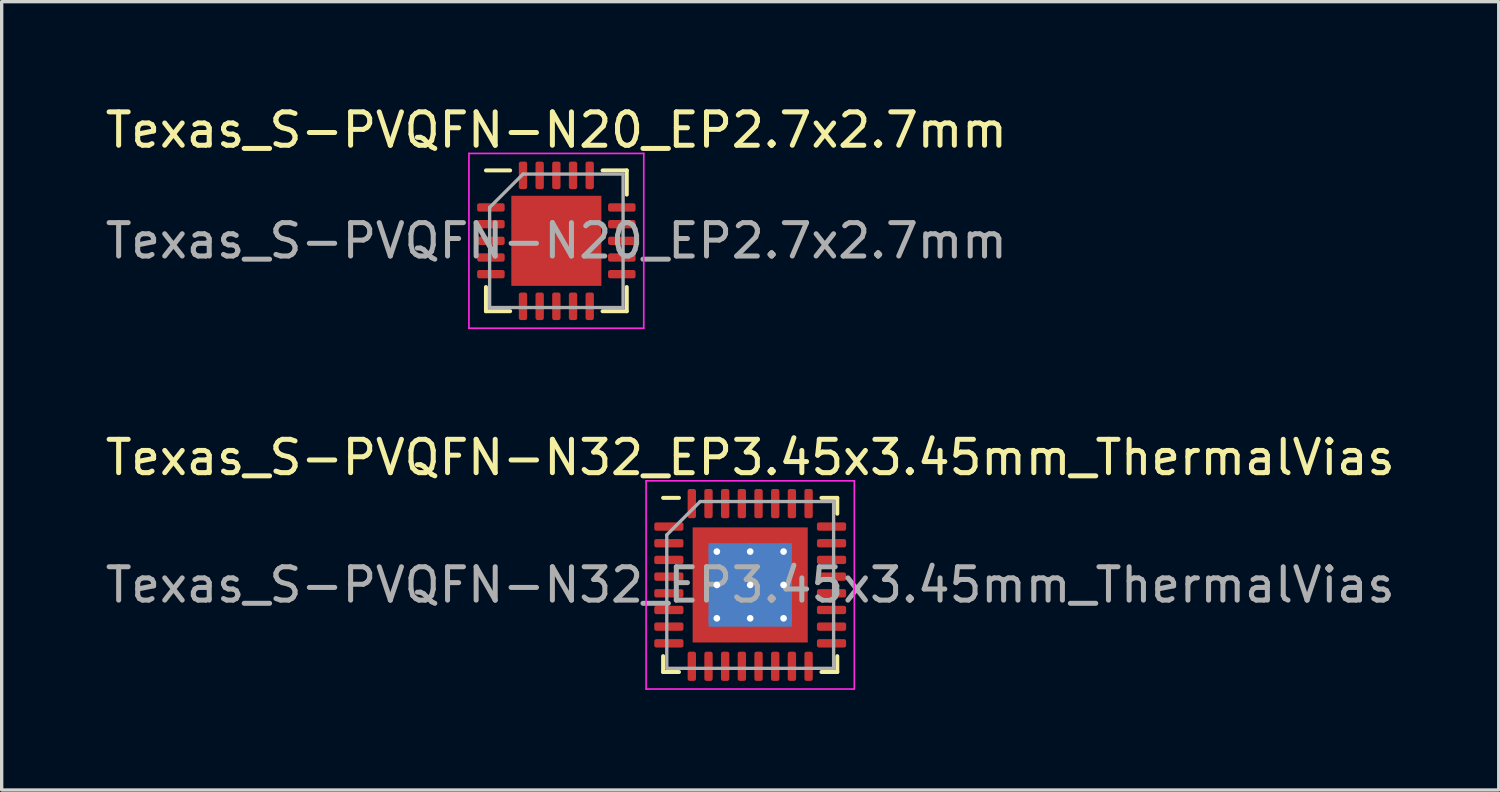
<source format=kicad_pcb>
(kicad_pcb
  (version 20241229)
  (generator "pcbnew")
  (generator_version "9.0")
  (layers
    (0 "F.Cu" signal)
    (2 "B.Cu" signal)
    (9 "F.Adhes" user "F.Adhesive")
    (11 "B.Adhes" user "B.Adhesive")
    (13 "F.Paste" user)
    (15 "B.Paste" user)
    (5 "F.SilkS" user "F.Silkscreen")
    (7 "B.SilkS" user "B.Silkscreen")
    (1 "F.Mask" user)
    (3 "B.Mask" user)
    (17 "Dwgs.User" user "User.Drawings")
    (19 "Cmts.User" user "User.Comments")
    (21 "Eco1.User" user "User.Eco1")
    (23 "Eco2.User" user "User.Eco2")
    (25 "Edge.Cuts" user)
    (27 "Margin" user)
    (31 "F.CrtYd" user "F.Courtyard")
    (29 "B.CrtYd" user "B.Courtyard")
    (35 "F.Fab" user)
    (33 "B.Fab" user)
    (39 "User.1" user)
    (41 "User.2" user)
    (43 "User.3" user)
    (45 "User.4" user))
  (footprint "Texas_S-PVQFN-N32_EP3.45x3.45mm_ThermalVias"
    (layer "F.Cu")
    (at 19.435 14.482)
    (property "Reference" "Texas_S-PVQFN-N32_EP3.45x3.45mm_ThermalVias" (at 0 -3.82 0) (layer "F.SilkS") (effects (font (size 1 1) (thickness 0.15))))
    (attr smd)
    (fp_line (start -2.61 2.61) (end -2.61 2.135) (stroke (width 0.12) (type solid)) (layer "F.SilkS"))
    (fp_line (start -2.135 -2.61) (end -2.61 -2.61) (stroke (width 0.12) (type solid)) (layer "F.SilkS"))
    (fp_line (start -2.135 2.61) (end -2.61 2.61) (stroke (width 0.12) (type solid)) (layer "F.SilkS"))
    (fp_line (start 2.135 -2.61) (end 2.61 -2.61) (stroke (width 0.12) (type solid)) (layer "F.SilkS"))
    (fp_line (start 2.135 2.61) (end 2.61 2.61) (stroke (width 0.12) (type solid)) (layer "F.SilkS"))
    (fp_line (start 2.61 -2.61) (end 2.61 -2.135) (stroke (width 0.12) (type solid)) (layer "F.SilkS"))
    (fp_line (start 2.61 2.61) (end 2.61 2.135) (stroke (width 0.12) (type solid)) (layer "F.SilkS"))
    (fp_line (start -3.12 -3.12) (end -3.12 3.12) (stroke (width 0.05) (type solid)) (layer "F.CrtYd"))
    (fp_line (start -3.12 3.12) (end 3.12 3.12) (stroke (width 0.05) (type solid)) (layer "F.CrtYd"))
    (fp_line (start 3.12 -3.12) (end -3.12 -3.12) (stroke (width 0.05) (type solid)) (layer "F.CrtYd"))
    (fp_line (start 3.12 3.12) (end 3.12 -3.12) (stroke (width 0.05) (type solid)) (layer "F.CrtYd"))
    (fp_line (start -2.5 -1.5) (end -1.5 -2.5) (stroke (width 0.1) (type solid)) (layer "F.Fab"))
    (fp_line (start -2.5 2.5) (end -2.5 -1.5) (stroke (width 0.1) (type solid)) (layer "F.Fab"))
    (fp_line (start -1.5 -2.5) (end 2.5 -2.5) (stroke (width 0.1) (type solid)) (layer "F.Fab"))
    (fp_line (start 2.5 -2.5) (end 2.5 2.5) (stroke (width 0.1) (type solid)) (layer "F.Fab"))
    (fp_line (start 2.5 2.5) (end -2.5 2.5) (stroke (width 0.1) (type solid)) (layer "F.Fab"))
    (fp_text user "${REFERENCE}" (at 0 0 0) (layer "F.Fab") (effects (font (size 1 1) (thickness 0.15))))
    (pad "" smd custom (at -1.363 -1.363) (size 0.484 0.484) (layers "F.Paste") (options (anchor circle)) (primitives (gr_poly (pts (xy 0.192 0.108) (xy 0.108 0.192) (xy -0.192 0.192) (xy -0.192 -0.192) (xy 0.192 -0.192)) (width 0.201) (fill yes))))
    (pad "" smd custom (at -1.363 -0.5) (size 0.503 0.503) (layers "F.Paste") (options (anchor circle)) (primitives (gr_poly (pts (xy 0.21 -0.254) (xy 0.21 0.254) (xy 0.143 0.321) (xy -0.21 0.321) (xy -0.21 -0.321) (xy 0.143 -0.321)) (width 0.164) (fill yes))))
    (pad "" smd custom (at -1.363 0.5) (size 0.503 0.503) (layers "F.Paste") (options (anchor circle)) (primitives (gr_poly (pts (xy 0.21 -0.254) (xy 0.21 0.254) (xy 0.143 0.321) (xy -0.21 0.321) (xy -0.21 -0.321) (xy 0.143 -0.321)) (width 0.164) (fill yes))))
    (pad "" smd custom (at -1.363 1.363) (size 0.484 0.484) (layers "F.Paste") (options (anchor circle)) (primitives (gr_poly (pts (xy 0.192 -0.108) (xy 0.192 0.192) (xy -0.192 0.192) (xy -0.192 -0.192) (xy 0.108 -0.192)) (width 0.201) (fill yes))))
    (pad "" smd custom (at -0.5 -1.363) (size 0.503 0.503) (layers "F.Paste") (options (anchor circle)) (primitives (gr_poly (pts (xy 0.321 0.143) (xy 0.254 0.21) (xy -0.254 0.21) (xy -0.321 0.143) (xy -0.321 -0.21) (xy 0.321 -0.21)) (width 0.164) (fill yes))))
    (pad "" smd roundrect (at -0.5 -0.5) (size 0.806 0.806) (layers "F.Paste") (roundrect_rratio 0.25))
    (pad "" smd roundrect (at -0.5 0.5) (size 0.806 0.806) (layers "F.Paste") (roundrect_rratio 0.25))
    (pad "" smd custom (at -0.5 1.363) (size 0.503 0.503) (layers "F.Paste") (options (anchor circle)) (primitives (gr_poly (pts (xy 0.321 -0.143) (xy 0.321 0.21) (xy -0.321 0.21) (xy -0.321 -0.143) (xy -0.254 -0.21) (xy 0.254 -0.21)) (width 0.164) (fill yes))))
    (pad "" smd custom (at 0.5 -1.363) (size 0.503 0.503) (layers "F.Paste") (options (anchor circle)) (primitives (gr_poly (pts (xy 0.321 0.143) (xy 0.254 0.21) (xy -0.254 0.21) (xy -0.321 0.143) (xy -0.321 -0.21) (xy 0.321 -0.21)) (width 0.164) (fill yes))))
    (pad "" smd roundrect (at 0.5 -0.5) (size 0.806 0.806) (layers "F.Paste") (roundrect_rratio 0.25))
    (pad "" smd roundrect (at 0.5 0.5) (size 0.806 0.806) (layers "F.Paste") (roundrect_rratio 0.25))
    (pad "" smd custom (at 0.5 1.363) (size 0.503 0.503) (layers "F.Paste") (options (anchor circle)) (primitives (gr_poly (pts (xy 0.321 -0.143) (xy 0.321 0.21) (xy -0.321 0.21) (xy -0.321 -0.143) (xy -0.254 -0.21) (xy 0.254 -0.21)) (width 0.164) (fill yes))))
    (pad "" smd custom (at 1.363 -1.363) (size 0.484 0.484) (layers "F.Paste") (options (anchor circle)) (primitives (gr_poly (pts (xy 0.192 0.192) (xy -0.108 0.192) (xy -0.192 0.108) (xy -0.192 -0.192) (xy 0.192 -0.192)) (width 0.201) (fill yes))))
    (pad "" smd custom (at 1.363 -0.5) (size 0.503 0.503) (layers "F.Paste") (options (anchor circle)) (primitives (gr_poly (pts (xy 0.21 0.321) (xy -0.143 0.321) (xy -0.21 0.254) (xy -0.21 -0.254) (xy -0.143 -0.321) (xy 0.21 -0.321)) (width 0.164) (fill yes))))
    (pad "" smd custom (at 1.363 0.5) (size 0.503 0.503) (layers "F.Paste") (options (anchor circle)) (primitives (gr_poly (pts (xy 0.21 0.321) (xy -0.143 0.321) (xy -0.21 0.254) (xy -0.21 -0.254) (xy -0.143 -0.321) (xy 0.21 -0.321)) (width 0.164) (fill yes))))
    (pad "" smd custom (at 1.363 1.363) (size 0.484 0.484) (layers "F.Paste") (options (anchor circle)) (primitives (gr_poly (pts (xy 0.192 0.192) (xy -0.192 0.192) (xy -0.192 -0.108) (xy -0.108 -0.192) (xy 0.192 -0.192)) (width 0.201) (fill yes))))
    (pad "1" smd roundrect (at -2.438 -1.75) (size 0.875 0.25) (layers "F.Cu" "F.Mask" "F.Paste") (roundrect_rratio 0.25))
    (pad "2" smd roundrect (at -2.438 -1.25) (size 0.875 0.25) (layers "F.Cu" "F.Mask" "F.Paste") (roundrect_rratio 0.25))
    (pad "3" smd roundrect (at -2.438 -0.75) (size 0.875 0.25) (layers "F.Cu" "F.Mask" "F.Paste") (roundrect_rratio 0.25))
    (pad "4" smd roundrect (at -2.438 -0.25) (size 0.875 0.25) (layers "F.Cu" "F.Mask" "F.Paste") (roundrect_rratio 0.25))
    (pad "5" smd roundrect (at -2.438 0.25) (size 0.875 0.25) (layers "F.Cu" "F.Mask" "F.Paste") (roundrect_rratio 0.25))
    (pad "6" smd roundrect (at -2.438 0.75) (size 0.875 0.25) (layers "F.Cu" "F.Mask" "F.Paste") (roundrect_rratio 0.25))
    (pad "7" smd roundrect (at -2.438 1.25) (size 0.875 0.25) (layers "F.Cu" "F.Mask" "F.Paste") (roundrect_rratio 0.25))
    (pad "8" smd roundrect (at -2.438 1.75) (size 0.875 0.25) (layers "F.Cu" "F.Mask" "F.Paste") (roundrect_rratio 0.25))
    (pad "9" smd roundrect (at -1.75 2.438) (size 0.25 0.875) (layers "F.Cu" "F.Mask" "F.Paste") (roundrect_rratio 0.25))
    (pad "10" smd roundrect (at -1.25 2.438) (size 0.25 0.875) (layers "F.Cu" "F.Mask" "F.Paste") (roundrect_rratio 0.25))
    (pad "11" smd roundrect (at -0.75 2.438) (size 0.25 0.875) (layers "F.Cu" "F.Mask" "F.Paste") (roundrect_rratio 0.25))
    (pad "12" smd roundrect (at -0.25 2.438) (size 0.25 0.875) (layers "F.Cu" "F.Mask" "F.Paste") (roundrect_rratio 0.25))
    (pad "13" smd roundrect (at 0.25 2.438) (size 0.25 0.875) (layers "F.Cu" "F.Mask" "F.Paste") (roundrect_rratio 0.25))
    (pad "14" smd roundrect (at 0.75 2.438) (size 0.25 0.875) (layers "F.Cu" "F.Mask" "F.Paste") (roundrect_rratio 0.25))
    (pad "15" smd roundrect (at 1.25 2.438) (size 0.25 0.875) (layers "F.Cu" "F.Mask" "F.Paste") (roundrect_rratio 0.25))
    (pad "16" smd roundrect (at 1.75 2.438) (size 0.25 0.875) (layers "F.Cu" "F.Mask" "F.Paste") (roundrect_rratio 0.25))
    (pad "17" smd roundrect (at 2.438 1.75) (size 0.875 0.25) (layers "F.Cu" "F.Mask" "F.Paste") (roundrect_rratio 0.25))
    (pad "18" smd roundrect (at 2.438 1.25) (size 0.875 0.25) (layers "F.Cu" "F.Mask" "F.Paste") (roundrect_rratio 0.25))
    (pad "19" smd roundrect (at 2.438 0.75) (size 0.875 0.25) (layers "F.Cu" "F.Mask" "F.Paste") (roundrect_rratio 0.25))
    (pad "20" smd roundrect (at 2.438 0.25) (size 0.875 0.25) (layers "F.Cu" "F.Mask" "F.Paste") (roundrect_rratio 0.25))
    (pad "21" smd roundrect (at 2.438 -0.25) (size 0.875 0.25) (layers "F.Cu" "F.Mask" "F.Paste") (roundrect_rratio 0.25))
    (pad "22" smd roundrect (at 2.438 -0.75) (size 0.875 0.25) (layers "F.Cu" "F.Mask" "F.Paste") (roundrect_rratio 0.25))
    (pad "23" smd roundrect (at 2.438 -1.25) (size 0.875 0.25) (layers "F.Cu" "F.Mask" "F.Paste") (roundrect_rratio 0.25))
    (pad "24" smd roundrect (at 2.438 -1.75) (size 0.875 0.25) (layers "F.Cu" "F.Mask" "F.Paste") (roundrect_rratio 0.25))
    (pad "25" smd roundrect (at 1.75 -2.438) (size 0.25 0.875) (layers "F.Cu" "F.Mask" "F.Paste") (roundrect_rratio 0.25))
    (pad "26" smd roundrect (at 1.25 -2.438) (size 0.25 0.875) (layers "F.Cu" "F.Mask" "F.Paste") (roundrect_rratio 0.25))
    (pad "27" smd roundrect (at 0.75 -2.438) (size 0.25 0.875) (layers "F.Cu" "F.Mask" "F.Paste") (roundrect_rratio 0.25))
    (pad "28" smd roundrect (at 0.25 -2.438) (size 0.25 0.875) (layers "F.Cu" "F.Mask" "F.Paste") (roundrect_rratio 0.25))
    (pad "29" smd roundrect (at -0.25 -2.438) (size 0.25 0.875) (layers "F.Cu" "F.Mask" "F.Paste") (roundrect_rratio 0.25))
    (pad "30" smd roundrect (at -0.75 -2.438) (size 0.25 0.875) (layers "F.Cu" "F.Mask" "F.Paste") (roundrect_rratio 0.25))
    (pad "31" smd roundrect (at -1.25 -2.438) (size 0.25 0.875) (layers "F.Cu" "F.Mask" "F.Paste") (roundrect_rratio 0.25))
    (pad "32" smd roundrect (at -1.75 -2.438) (size 0.25 0.875) (layers "F.Cu" "F.Mask" "F.Paste") (roundrect_rratio 0.25))
    (pad "33" thru_hole circle (at -1 -1) (size 0.5 0.5) (drill 0.2) (layers "*.Cu"))
    (pad "33" thru_hole circle (at -1 0) (size 0.5 0.5) (drill 0.2) (layers "*.Cu"))
    (pad "33" thru_hole circle (at -1 1) (size 0.5 0.5) (drill 0.2) (layers "*.Cu"))
    (pad "33" thru_hole circle (at 0 -1) (size 0.5 0.5) (drill 0.2) (layers "*.Cu"))
    (pad "33" thru_hole circle (at 0 0) (size 0.5 0.5) (drill 0.2) (layers "*.Cu"))
    (pad "33" smd rect (at 0 0) (size 2.5 2.5) (layers "B.Cu"))
    (pad "33" smd rect (at 0 0) (size 3.45 3.45) (layers "F.Cu" "F.Mask"))
    (pad "33" thru_hole circle (at 0 1) (size 0.5 0.5) (drill 0.2) (layers "*.Cu"))
    (pad "33" thru_hole circle (at 1 -1) (size 0.5 0.5) (drill 0.2) (layers "*.Cu"))
    (pad "33" thru_hole circle (at 1 0) (size 0.5 0.5) (drill 0.2) (layers "*.Cu"))
    (pad "33" thru_hole circle (at 1 1) (size 0.5 0.5) (drill 0.2) (layers "*.Cu")))
  (footprint "Texas_S-PVQFN-N20_EP2.7x2.7mm"
    (layer "F.Cu")
    (at 13.625 4.168)
    (property "Reference" "Texas_S-PVQFN-N20_EP2.7x2.7mm" (at 0 -3.32 0) (layer "F.SilkS") (effects (font (size 1 1) (thickness 0.15))))
    (attr smd)
    (fp_line (start -2.11 2.11) (end -2.11 1.385) (stroke (width 0.12) (type solid)) (layer "F.SilkS"))
    (fp_line (start -1.385 -2.11) (end -2.11 -2.11) (stroke (width 0.12) (type solid)) (layer "F.SilkS"))
    (fp_line (start -1.385 2.11) (end -2.11 2.11) (stroke (width 0.12) (type solid)) (layer "F.SilkS"))
    (fp_line (start 1.385 -2.11) (end 2.11 -2.11) (stroke (width 0.12) (type solid)) (layer "F.SilkS"))
    (fp_line (start 1.385 2.11) (end 2.11 2.11) (stroke (width 0.12) (type solid)) (layer "F.SilkS"))
    (fp_line (start 2.11 -2.11) (end 2.11 -1.385) (stroke (width 0.12) (type solid)) (layer "F.SilkS"))
    (fp_line (start 2.11 2.11) (end 2.11 1.385) (stroke (width 0.12) (type solid)) (layer "F.SilkS"))
    (fp_line (start -2.62 -2.62) (end -2.62 2.62) (stroke (width 0.05) (type solid)) (layer "F.CrtYd"))
    (fp_line (start -2.62 2.62) (end 2.62 2.62) (stroke (width 0.05) (type solid)) (layer "F.CrtYd"))
    (fp_line (start 2.62 -2.62) (end -2.62 -2.62) (stroke (width 0.05) (type solid)) (layer "F.CrtYd"))
    (fp_line (start 2.62 2.62) (end 2.62 -2.62) (stroke (width 0.05) (type solid)) (layer "F.CrtYd"))
    (fp_line (start -2 -1) (end -1 -2) (stroke (width 0.1) (type solid)) (layer "F.Fab"))
    (fp_line (start -2 2) (end -2 -1) (stroke (width 0.1) (type solid)) (layer "F.Fab"))
    (fp_line (start -1 -2) (end 2 -2) (stroke (width 0.1) (type solid)) (layer "F.Fab"))
    (fp_line (start 2 -2) (end 2 2) (stroke (width 0.1) (type solid)) (layer "F.Fab"))
    (fp_line (start 2 2) (end -2 2) (stroke (width 0.1) (type solid)) (layer "F.Fab"))
    (fp_text user "${REFERENCE}" (at 0 0 0) (layer "F.Fab") (effects (font (size 1 1) (thickness 0.15))))
    (pad "" smd roundrect (at -0.675 -0.675) (size 1.09 1.09) (layers "F.Paste") (roundrect_rratio 0.229))
    (pad "" smd roundrect (at -0.675 0.675) (size 1.09 1.09) (layers "F.Paste") (roundrect_rratio 0.229))
    (pad "" smd roundrect (at 0.675 -0.675) (size 1.09 1.09) (layers "F.Paste") (roundrect_rratio 0.229))
    (pad "" smd roundrect (at 0.675 0.675) (size 1.09 1.09) (layers "F.Paste") (roundrect_rratio 0.229))
    (pad "1" smd roundrect (at -1.962 -1) (size 0.825 0.25) (layers "F.Cu" "F.Mask" "F.Paste") (roundrect_rratio 0.25))
    (pad "2" smd roundrect (at -1.962 -0.5) (size 0.825 0.25) (layers "F.Cu" "F.Mask" "F.Paste") (roundrect_rratio 0.25))
    (pad "3" smd roundrect (at -1.962 0) (size 0.825 0.25) (layers "F.Cu" "F.Mask" "F.Paste") (roundrect_rratio 0.25))
    (pad "4" smd roundrect (at -1.962 0.5) (size 0.825 0.25) (layers "F.Cu" "F.Mask" "F.Paste") (roundrect_rratio 0.25))
    (pad "5" smd roundrect (at -1.962 1) (size 0.825 0.25) (layers "F.Cu" "F.Mask" "F.Paste") (roundrect_rratio 0.25))
    (pad "6" smd roundrect (at -1 1.962) (size 0.25 0.825) (layers "F.Cu" "F.Mask" "F.Paste") (roundrect_rratio 0.25))
    (pad "7" smd roundrect (at -0.5 1.962) (size 0.25 0.825) (layers "F.Cu" "F.Mask" "F.Paste") (roundrect_rratio 0.25))
    (pad "8" smd roundrect (at 0 1.962) (size 0.25 0.825) (layers "F.Cu" "F.Mask" "F.Paste") (roundrect_rratio 0.25))
    (pad "9" smd roundrect (at 0.5 1.962) (size 0.25 0.825) (layers "F.Cu" "F.Mask" "F.Paste") (roundrect_rratio 0.25))
    (pad "10" smd roundrect (at 1 1.962) (size 0.25 0.825) (layers "F.Cu" "F.Mask" "F.Paste") (roundrect_rratio 0.25))
    (pad "11" smd roundrect (at 1.962 1) (size 0.825 0.25) (layers "F.Cu" "F.Mask" "F.Paste") (roundrect_rratio 0.25))
    (pad "12" smd roundrect (at 1.962 0.5) (size 0.825 0.25) (layers "F.Cu" "F.Mask" "F.Paste") (roundrect_rratio 0.25))
    (pad "13" smd roundrect (at 1.962 0) (size 0.825 0.25) (layers "F.Cu" "F.Mask" "F.Paste") (roundrect_rratio 0.25))
    (pad "14" smd roundrect (at 1.962 -0.5) (size 0.825 0.25) (layers "F.Cu" "F.Mask" "F.Paste") (roundrect_rratio 0.25))
    (pad "15" smd roundrect (at 1.962 -1) (size 0.825 0.25) (layers "F.Cu" "F.Mask" "F.Paste") (roundrect_rratio 0.25))
    (pad "16" smd roundrect (at 1 -1.962) (size 0.25 0.825) (layers "F.Cu" "F.Mask" "F.Paste") (roundrect_rratio 0.25))
    (pad "17" smd roundrect (at 0.5 -1.962) (size 0.25 0.825) (layers "F.Cu" "F.Mask" "F.Paste") (roundrect_rratio 0.25))
    (pad "18" smd roundrect (at 0 -1.962) (size 0.25 0.825) (layers "F.Cu" "F.Mask" "F.Paste") (roundrect_rratio 0.25))
    (pad "19" smd roundrect (at -0.5 -1.962) (size 0.25 0.825) (layers "F.Cu" "F.Mask" "F.Paste") (roundrect_rratio 0.25))
    (pad "20" smd roundrect (at -1 -1.962) (size 0.25 0.825) (layers "F.Cu" "F.Mask" "F.Paste") (roundrect_rratio 0.25))
    (pad "21" smd rect (at 0 0) (size 2.7 2.7) (layers "F.Cu" "F.Mask")))
  (gr_rect
    (start -3 -3)
    (end 41.869 20.627)
    (stroke (width 0.1) (type default))
    (fill no)
    (layer "Edge.Cuts")))
</source>
